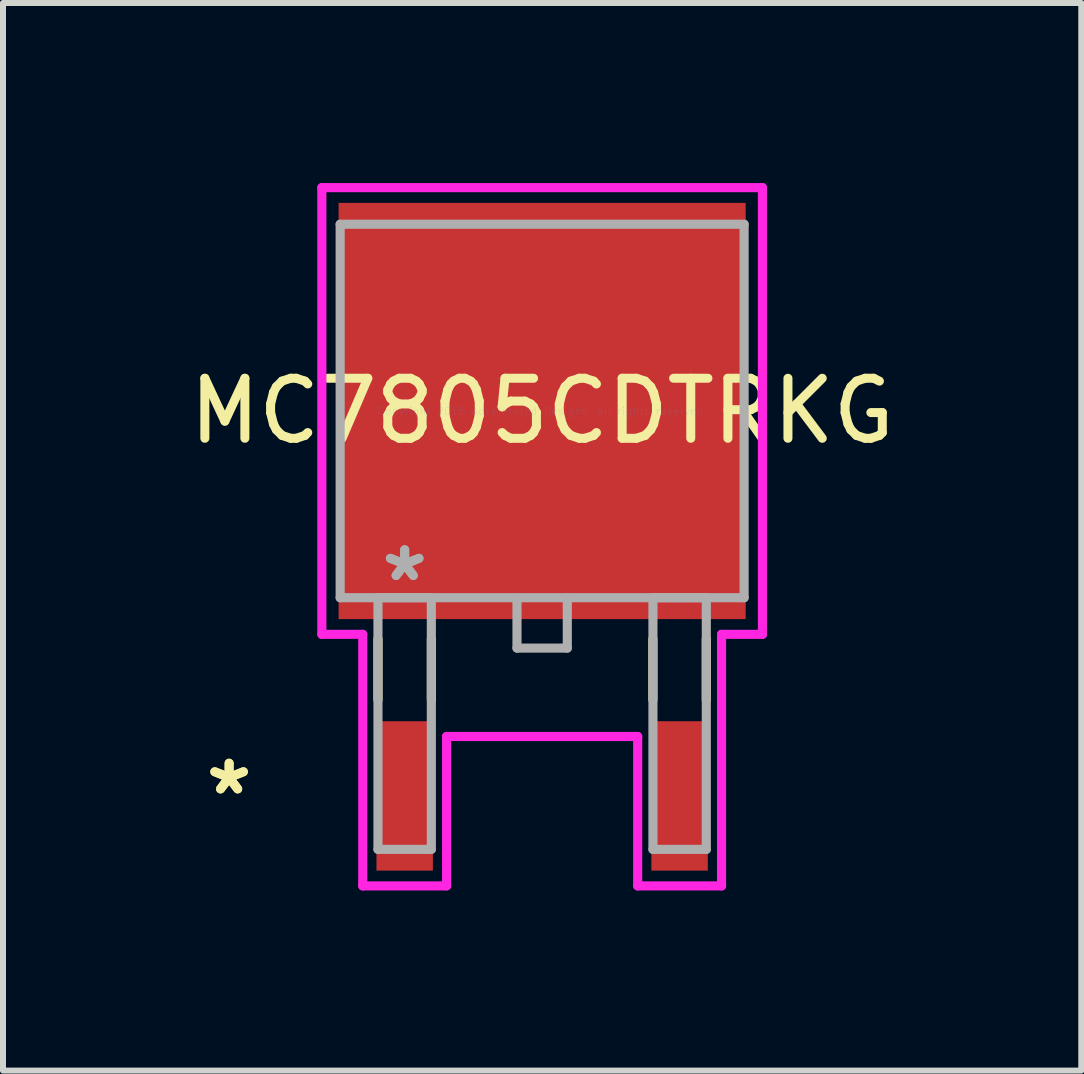
<source format=kicad_pcb>
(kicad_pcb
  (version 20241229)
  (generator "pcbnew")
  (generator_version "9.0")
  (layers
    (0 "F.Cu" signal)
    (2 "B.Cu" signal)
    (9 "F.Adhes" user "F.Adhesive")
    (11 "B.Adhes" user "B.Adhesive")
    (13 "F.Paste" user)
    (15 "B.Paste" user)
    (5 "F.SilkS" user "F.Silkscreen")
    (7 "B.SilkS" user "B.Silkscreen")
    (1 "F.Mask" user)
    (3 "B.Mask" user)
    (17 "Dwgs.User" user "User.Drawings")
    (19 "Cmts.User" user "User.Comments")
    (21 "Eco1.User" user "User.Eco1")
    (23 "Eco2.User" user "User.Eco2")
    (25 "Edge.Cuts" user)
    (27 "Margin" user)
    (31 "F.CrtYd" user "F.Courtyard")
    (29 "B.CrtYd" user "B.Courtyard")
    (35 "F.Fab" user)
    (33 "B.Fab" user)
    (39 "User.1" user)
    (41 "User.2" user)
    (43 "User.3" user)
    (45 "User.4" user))
  (footprint "MC7805CDTRKG"
    (layer "F.Cu")
    (at 5.982 3.797)
    (property "Reference" "MC7805CDTRKG" (at 0 0 0) (layer "F.SilkS") (effects (font (size 1 1) (thickness 0.15))))
    (attr through_hole)
    (fp_line (start -2.735 3.8) (end -2.735 4.813) (stroke (width 0.152) (type solid)) (layer "F.SilkS"))
    (fp_line (start -1.845 3.8) (end -1.845 4.813) (stroke (width 0.152) (type solid)) (layer "F.SilkS"))
    (fp_line (start 1.845 3.8) (end 1.845 4.813) (stroke (width 0.152) (type solid)) (layer "F.SilkS"))
    (fp_line (start 2.735 3.8) (end 2.735 4.813) (stroke (width 0.152) (type solid)) (layer "F.SilkS"))
    (fp_line (start -3.67 -3.721) (end 3.67 -3.721) (stroke (width 0.152) (type solid)) (layer "F.CrtYd"))
    (fp_line (start -3.67 3.721) (end -3.67 -3.721) (stroke (width 0.152) (type solid)) (layer "F.CrtYd"))
    (fp_line (start -2.989 3.721) (end -3.67 3.721) (stroke (width 0.152) (type solid)) (layer "F.CrtYd"))
    (fp_line (start -2.989 7.912) (end -2.989 3.721) (stroke (width 0.152) (type solid)) (layer "F.CrtYd"))
    (fp_line (start -1.592 5.423) (end -1.592 7.912) (stroke (width 0.152) (type solid)) (layer "F.CrtYd"))
    (fp_line (start -1.592 7.912) (end -2.989 7.912) (stroke (width 0.152) (type solid)) (layer "F.CrtYd"))
    (fp_line (start 1.592 5.423) (end -1.592 5.423) (stroke (width 0.152) (type solid)) (layer "F.CrtYd"))
    (fp_line (start 1.592 7.912) (end 1.592 5.423) (stroke (width 0.152) (type solid)) (layer "F.CrtYd"))
    (fp_line (start 2.989 3.721) (end 2.989 7.912) (stroke (width 0.152) (type solid)) (layer "F.CrtYd"))
    (fp_line (start 2.989 7.912) (end 1.592 7.912) (stroke (width 0.152) (type solid)) (layer "F.CrtYd"))
    (fp_line (start 3.67 -3.721) (end 3.67 3.721) (stroke (width 0.152) (type solid)) (layer "F.CrtYd"))
    (fp_line (start 3.67 3.721) (end 2.989 3.721) (stroke (width 0.152) (type solid)) (layer "F.CrtYd"))
    (fp_line (start -3.365 -3.111) (end -3.365 3.111) (stroke (width 0.152) (type solid)) (layer "F.Fab"))
    (fp_line (start -3.365 3.111) (end 3.365 3.111) (stroke (width 0.152) (type solid)) (layer "F.Fab"))
    (fp_line (start -2.735 3.111) (end -2.735 7.303) (stroke (width 0.152) (type solid)) (layer "F.Fab"))
    (fp_line (start -2.735 7.303) (end -1.846 7.303) (stroke (width 0.152) (type solid)) (layer "F.Fab"))
    (fp_line (start -1.846 3.111) (end -2.735 3.111) (stroke (width 0.152) (type solid)) (layer "F.Fab"))
    (fp_line (start -1.846 7.303) (end -1.846 3.111) (stroke (width 0.152) (type solid)) (layer "F.Fab"))
    (fp_line (start -0.419 3.111) (end -0.419 3.95) (stroke (width 0.152) (type solid)) (layer "F.Fab"))
    (fp_line (start -0.419 3.95) (end 0.419 3.95) (stroke (width 0.152) (type solid)) (layer "F.Fab"))
    (fp_line (start 0.419 3.95) (end 0.419 3.111) (stroke (width 0.152) (type solid)) (layer "F.Fab"))
    (fp_line (start 1.846 3.111) (end 1.846 7.303) (stroke (width 0.152) (type solid)) (layer "F.Fab"))
    (fp_line (start 1.846 7.303) (end 2.735 7.303) (stroke (width 0.152) (type solid)) (layer "F.Fab"))
    (fp_line (start 2.735 3.111) (end 1.846 3.111) (stroke (width 0.152) (type solid)) (layer "F.Fab"))
    (fp_line (start 2.735 7.303) (end 2.735 3.111) (stroke (width 0.152) (type solid)) (layer "F.Fab"))
    (fp_line (start 3.365 -3.111) (end -3.365 -3.111) (stroke (width 0.152) (type solid)) (layer "F.Fab"))
    (fp_line (start 3.365 3.111) (end 3.365 -3.111) (stroke (width 0.152) (type solid)) (layer "F.Fab"))
    (fp_text user "*" (at -5.215 6.413 0) (layer "F.SilkS") (effects (font (size 1 1) (thickness 0.15))))
    (fp_text user "*" (at -5.215 6.413 0) (layer "F.SilkS") (effects (font (size 1 1) (thickness 0.15))))
    (fp_text user "Copyright 2016 Accelerated Designs. All rights reserved." (at 0 0 0) (layer "Cmts.User") (effects (font (size 0.127 0.127) (thickness 0.002))))
    (fp_text user "*" (at -2.29 2.857 0) (layer "F.Fab") (effects (font (size 1 1) (thickness 0.15))))
    (fp_text user "*" (at -2.29 2.857 0) (layer "F.Fab") (effects (font (size 1 1) (thickness 0.15))))
    (pad "1" smd rect (at -2.29 6.413) (size 0.94 2.489) (layers "F.Cu" "F.Mask" "F.Paste"))
    (pad "2" smd rect (at 0 0) (size 6.782 6.934) (layers "F.Cu" "F.Mask" "F.Paste"))
    (pad "3" smd rect (at 2.29 6.413) (size 0.94 2.489) (layers "F.Cu" "F.Mask" "F.Paste")))
  (gr_rect
    (start -3 -3)
    (end 14.964 14.786)
    (stroke (width 0.1) (type default))
    (fill no)
    (layer "Edge.Cuts")))
</source>
